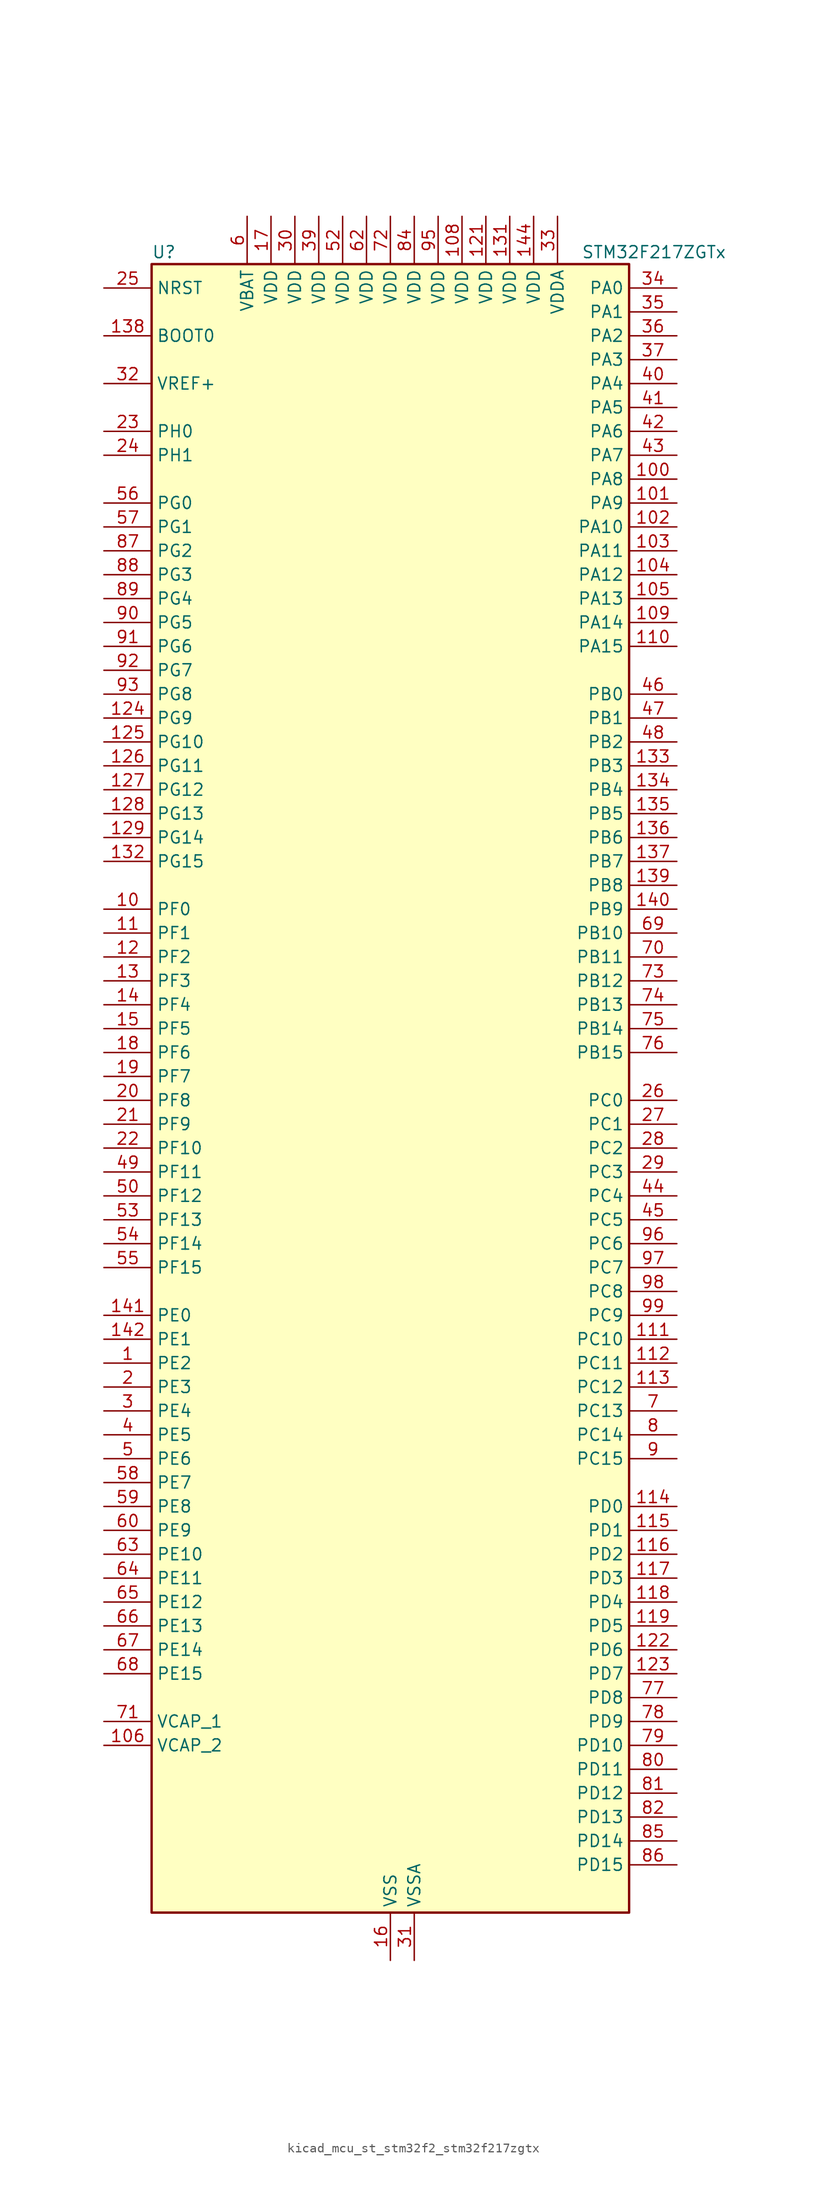
<source format=kicad_sym>
(kicad_symbol_lib
  (version 20220914)
  (generator kicad_symbol_editor)
  (symbol "kicad_mcu_st_stm32f2_stm32f217zgtx"
    (property "Reference" "U"
      (at -25.4 90.17 0)
      (effects (font (size 1.27 1.27)) (justify left)))
    (property "Value" "STM32F217ZGTx"
      (at 20.32 90.17 0)
      (effects (font (size 1.27 1.27)) (justify left)))
    (property "ki_locked" ""
      (at 0 0 0)
      (effects (font (size 1.27 1.27))))
    (symbol "kicad_mcu_st_stm32f2_stm32f217zgtx_0_1"
      (rectangle (start -25.4 -86.36) (end 25.4 88.9) (stroke (width 0.254) (type default)) (fill (type background))))
    (symbol "kicad_mcu_st_stm32f2_stm32f217zgtx_1_1"
      (pin bidirectional line (at -30.48 -27.94 0) (length 5.08) (name "PE2" (effects (font (size 1.27 1.27)))) (number "1" (effects (font (size 1.27 1.27)))) (alternate "ETH_TXD3" bidirectional line) (alternate "FSMC_A23" bidirectional line) (alternate "SYS_TRACECLK" bidirectional line))
      (pin bidirectional line (at -30.48 20.32 0) (length 5.08) (name "PF0" (effects (font (size 1.27 1.27)))) (number "10" (effects (font (size 1.27 1.27)))) (alternate "FSMC_A0" bidirectional line) (alternate "I2C2_SDA" bidirectional line))
      (pin bidirectional line (at 30.48 66.04 180) (length 5.08) (name "PA8" (effects (font (size 1.27 1.27)))) (number "100" (effects (font (size 1.27 1.27)))) (alternate "I2C3_SCL" bidirectional line) (alternate "RCC_MCO_1" bidirectional line) (alternate "TIM1_CH1" bidirectional line) (alternate "USART1_CK" bidirectional line) (alternate "USB_OTG_FS_SOF" bidirectional line))
      (pin bidirectional line (at 30.48 63.5 180) (length 5.08) (name "PA9" (effects (font (size 1.27 1.27)))) (number "101" (effects (font (size 1.27 1.27)))) (alternate "DAC_EXTI9" bidirectional line) (alternate "DCMI_D0" bidirectional line) (alternate "I2C3_SMBA" bidirectional line) (alternate "TIM1_CH2" bidirectional line) (alternate "USART1_TX" bidirectional line) (alternate "USB_OTG_FS_VBUS" bidirectional line))
      (pin bidirectional line (at 30.48 60.96 180) (length 5.08) (name "PA10" (effects (font (size 1.27 1.27)))) (number "102" (effects (font (size 1.27 1.27)))) (alternate "DCMI_D1" bidirectional line) (alternate "TIM1_CH3" bidirectional line) (alternate "USART1_RX" bidirectional line) (alternate "USB_OTG_FS_ID" bidirectional line))
      (pin bidirectional line (at 30.48 58.42 180) (length 5.08) (name "PA11" (effects (font (size 1.27 1.27)))) (number "103" (effects (font (size 1.27 1.27)))) (alternate "ADC1_EXTI11" bidirectional line) (alternate "ADC2_EXTI11" bidirectional line) (alternate "ADC3_EXTI11" bidirectional line) (alternate "CAN1_RX" bidirectional line) (alternate "TIM1_CH4" bidirectional line) (alternate "USART1_CTS" bidirectional line) (alternate "USB_OTG_FS_DM" bidirectional line))
      (pin bidirectional line (at 30.48 55.88 180) (length 5.08) (name "PA12" (effects (font (size 1.27 1.27)))) (number "104" (effects (font (size 1.27 1.27)))) (alternate "CAN1_TX" bidirectional line) (alternate "TIM1_ETR" bidirectional line) (alternate "USART1_RTS" bidirectional line) (alternate "USB_OTG_FS_DP" bidirectional line))
      (pin bidirectional line (at 30.48 53.34 180) (length 5.08) (name "PA13" (effects (font (size 1.27 1.27)))) (number "105" (effects (font (size 1.27 1.27)))) (alternate "SYS_JTMS-SWDIO" bidirectional line))
      (pin power_out line (at -30.48 -68.58 0) (length 5.08) (name "VCAP_2" (effects (font (size 1.27 1.27)))) (number "106" (effects (font (size 1.27 1.27)))))
      (pin passive line (at 0 -91.44 90) (length 5.08) hide (name "VSS" (effects (font (size 1.27 1.27)))) (number "107" (effects (font (size 1.27 1.27)))))
      (pin power_in line (at 7.62 93.98 270) (length 5.08) (name "VDD" (effects (font (size 1.27 1.27)))) (number "108" (effects (font (size 1.27 1.27)))))
      (pin bidirectional line (at 30.48 50.8 180) (length 5.08) (name "PA14" (effects (font (size 1.27 1.27)))) (number "109" (effects (font (size 1.27 1.27)))) (alternate "SYS_JTCK-SWCLK" bidirectional line))
      (pin bidirectional line (at -30.48 17.78 0) (length 5.08) (name "PF1" (effects (font (size 1.27 1.27)))) (number "11" (effects (font (size 1.27 1.27)))) (alternate "FSMC_A1" bidirectional line) (alternate "I2C2_SCL" bidirectional line))
      (pin bidirectional line (at 30.48 48.26 180) (length 5.08) (name "PA15" (effects (font (size 1.27 1.27)))) (number "110" (effects (font (size 1.27 1.27)))) (alternate "ADC1_EXTI15" bidirectional line) (alternate "ADC2_EXTI15" bidirectional line) (alternate "ADC3_EXTI15" bidirectional line) (alternate "I2S3_WS" bidirectional line) (alternate "SPI1_NSS" bidirectional line) (alternate "SPI3_NSS" bidirectional line) (alternate "SYS_JTDI" bidirectional line) (alternate "TIM2_CH1" bidirectional line) (alternate "TIM2_ETR" bidirectional line))
      (pin bidirectional line (at 30.48 -25.4 180) (length 5.08) (name "PC10" (effects (font (size 1.27 1.27)))) (number "111" (effects (font (size 1.27 1.27)))) (alternate "DCMI_D8" bidirectional line) (alternate "I2S3_SCK" bidirectional line) (alternate "SDIO_D2" bidirectional line) (alternate "SPI3_SCK" bidirectional line) (alternate "UART4_TX" bidirectional line) (alternate "USART3_TX" bidirectional line))
      (pin bidirectional line (at 30.48 -27.94 180) (length 5.08) (name "PC11" (effects (font (size 1.27 1.27)))) (number "112" (effects (font (size 1.27 1.27)))) (alternate "ADC1_EXTI11" bidirectional line) (alternate "ADC2_EXTI11" bidirectional line) (alternate "ADC3_EXTI11" bidirectional line) (alternate "DCMI_D4" bidirectional line) (alternate "SDIO_D3" bidirectional line) (alternate "SPI3_MISO" bidirectional line) (alternate "UART4_RX" bidirectional line) (alternate "USART3_RX" bidirectional line))
      (pin bidirectional line (at 30.48 -30.48 180) (length 5.08) (name "PC12" (effects (font (size 1.27 1.27)))) (number "113" (effects (font (size 1.27 1.27)))) (alternate "DCMI_D9" bidirectional line) (alternate "I2S3_SD" bidirectional line) (alternate "SDIO_CK" bidirectional line) (alternate "SPI3_MOSI" bidirectional line) (alternate "UART5_TX" bidirectional line) (alternate "USART3_CK" bidirectional line))
      (pin bidirectional line (at 30.48 -43.18 180) (length 5.08) (name "PD0" (effects (font (size 1.27 1.27)))) (number "114" (effects (font (size 1.27 1.27)))) (alternate "CAN1_RX" bidirectional line) (alternate "FSMC_D2" bidirectional line) (alternate "FSMC_DA2" bidirectional line))
      (pin bidirectional line (at 30.48 -45.72 180) (length 5.08) (name "PD1" (effects (font (size 1.27 1.27)))) (number "115" (effects (font (size 1.27 1.27)))) (alternate "CAN1_TX" bidirectional line) (alternate "FSMC_D3" bidirectional line) (alternate "FSMC_DA3" bidirectional line))
      (pin bidirectional line (at 30.48 -48.26 180) (length 5.08) (name "PD2" (effects (font (size 1.27 1.27)))) (number "116" (effects (font (size 1.27 1.27)))) (alternate "DCMI_D11" bidirectional line) (alternate "SDIO_CMD" bidirectional line) (alternate "TIM3_ETR" bidirectional line) (alternate "UART5_RX" bidirectional line))
      (pin bidirectional line (at 30.48 -50.8 180) (length 5.08) (name "PD3" (effects (font (size 1.27 1.27)))) (number "117" (effects (font (size 1.27 1.27)))) (alternate "FSMC_CLK" bidirectional line) (alternate "USART2_CTS" bidirectional line))
      (pin bidirectional line (at 30.48 -53.34 180) (length 5.08) (name "PD4" (effects (font (size 1.27 1.27)))) (number "118" (effects (font (size 1.27 1.27)))) (alternate "FSMC_NOE" bidirectional line) (alternate "USART2_RTS" bidirectional line))
      (pin bidirectional line (at 30.48 -55.88 180) (length 5.08) (name "PD5" (effects (font (size 1.27 1.27)))) (number "119" (effects (font (size 1.27 1.27)))) (alternate "FSMC_NWE" bidirectional line) (alternate "USART2_TX" bidirectional line))
      (pin bidirectional line (at -30.48 15.24 0) (length 5.08) (name "PF2" (effects (font (size 1.27 1.27)))) (number "12" (effects (font (size 1.27 1.27)))) (alternate "FSMC_A2" bidirectional line) (alternate "I2C2_SMBA" bidirectional line))
      (pin passive line (at 0 -91.44 90) (length 5.08) hide (name "VSS" (effects (font (size 1.27 1.27)))) (number "120" (effects (font (size 1.27 1.27)))))
      (pin power_in line (at 10.16 93.98 270) (length 5.08) (name "VDD" (effects (font (size 1.27 1.27)))) (number "121" (effects (font (size 1.27 1.27)))))
      (pin bidirectional line (at 30.48 -58.42 180) (length 5.08) (name "PD6" (effects (font (size 1.27 1.27)))) (number "122" (effects (font (size 1.27 1.27)))) (alternate "FSMC_NWAIT" bidirectional line) (alternate "USART2_RX" bidirectional line))
      (pin bidirectional line (at 30.48 -60.96 180) (length 5.08) (name "PD7" (effects (font (size 1.27 1.27)))) (number "123" (effects (font (size 1.27 1.27)))) (alternate "FSMC_NCE2" bidirectional line) (alternate "FSMC_NE1" bidirectional line) (alternate "USART2_CK" bidirectional line))
      (pin bidirectional line (at -30.48 40.64 0) (length 5.08) (name "PG9" (effects (font (size 1.27 1.27)))) (number "124" (effects (font (size 1.27 1.27)))) (alternate "DAC_EXTI9" bidirectional line) (alternate "FSMC_NCE3" bidirectional line) (alternate "FSMC_NE2" bidirectional line) (alternate "USART6_RX" bidirectional line))
      (pin bidirectional line (at -30.48 38.1 0) (length 5.08) (name "PG10" (effects (font (size 1.27 1.27)))) (number "125" (effects (font (size 1.27 1.27)))) (alternate "FSMC_NCE4_1" bidirectional line) (alternate "FSMC_NE3" bidirectional line))
      (pin bidirectional line (at -30.48 35.56 0) (length 5.08) (name "PG11" (effects (font (size 1.27 1.27)))) (number "126" (effects (font (size 1.27 1.27)))) (alternate "ADC1_EXTI11" bidirectional line) (alternate "ADC2_EXTI11" bidirectional line) (alternate "ADC3_EXTI11" bidirectional line) (alternate "ETH_TX_EN" bidirectional line) (alternate "FSMC_NCE4_2" bidirectional line))
      (pin bidirectional line (at -30.48 33.02 0) (length 5.08) (name "PG12" (effects (font (size 1.27 1.27)))) (number "127" (effects (font (size 1.27 1.27)))) (alternate "FSMC_NE4" bidirectional line) (alternate "USART6_RTS" bidirectional line))
      (pin bidirectional line (at -30.48 30.48 0) (length 5.08) (name "PG13" (effects (font (size 1.27 1.27)))) (number "128" (effects (font (size 1.27 1.27)))) (alternate "ETH_TXD0" bidirectional line) (alternate "FSMC_A24" bidirectional line) (alternate "USART6_CTS" bidirectional line))
      (pin bidirectional line (at -30.48 27.94 0) (length 5.08) (name "PG14" (effects (font (size 1.27 1.27)))) (number "129" (effects (font (size 1.27 1.27)))) (alternate "ETH_TXD1" bidirectional line) (alternate "FSMC_A25" bidirectional line) (alternate "USART6_TX" bidirectional line))
      (pin bidirectional line (at -30.48 12.7 0) (length 5.08) (name "PF3" (effects (font (size 1.27 1.27)))) (number "13" (effects (font (size 1.27 1.27)))) (alternate "ADC3_IN9" bidirectional line) (alternate "FSMC_A3" bidirectional line))
      (pin passive line (at 0 -91.44 90) (length 5.08) hide (name "VSS" (effects (font (size 1.27 1.27)))) (number "130" (effects (font (size 1.27 1.27)))))
      (pin power_in line (at 12.7 93.98 270) (length 5.08) (name "VDD" (effects (font (size 1.27 1.27)))) (number "131" (effects (font (size 1.27 1.27)))))
      (pin bidirectional line (at -30.48 25.4 0) (length 5.08) (name "PG15" (effects (font (size 1.27 1.27)))) (number "132" (effects (font (size 1.27 1.27)))) (alternate "ADC1_EXTI15" bidirectional line) (alternate "ADC2_EXTI15" bidirectional line) (alternate "ADC3_EXTI15" bidirectional line) (alternate "DCMI_D13" bidirectional line) (alternate "USART6_CTS" bidirectional line))
      (pin bidirectional line (at 30.48 35.56 180) (length 5.08) (name "PB3" (effects (font (size 1.27 1.27)))) (number "133" (effects (font (size 1.27 1.27)))) (alternate "I2S3_SCK" bidirectional line) (alternate "SPI1_SCK" bidirectional line) (alternate "SPI3_SCK" bidirectional line) (alternate "SYS_JTDO-SWO" bidirectional line) (alternate "TIM2_CH2" bidirectional line))
      (pin bidirectional line (at 30.48 33.02 180) (length 5.08) (name "PB4" (effects (font (size 1.27 1.27)))) (number "134" (effects (font (size 1.27 1.27)))) (alternate "SPI1_MISO" bidirectional line) (alternate "SPI3_MISO" bidirectional line) (alternate "SYS_JTRST" bidirectional line) (alternate "TIM3_CH1" bidirectional line))
      (pin bidirectional line (at 30.48 30.48 180) (length 5.08) (name "PB5" (effects (font (size 1.27 1.27)))) (number "135" (effects (font (size 1.27 1.27)))) (alternate "CAN2_RX" bidirectional line) (alternate "DCMI_D10" bidirectional line) (alternate "ETH_PPS_OUT" bidirectional line) (alternate "I2C1_SMBA" bidirectional line) (alternate "I2S3_SD" bidirectional line) (alternate "SPI1_MOSI" bidirectional line) (alternate "SPI3_MOSI" bidirectional line) (alternate "TIM3_CH2" bidirectional line) (alternate "USB_OTG_HS_ULPI_D7" bidirectional line))
      (pin bidirectional line (at 30.48 27.94 180) (length 5.08) (name "PB6" (effects (font (size 1.27 1.27)))) (number "136" (effects (font (size 1.27 1.27)))) (alternate "CAN2_TX" bidirectional line) (alternate "DCMI_D5" bidirectional line) (alternate "I2C1_SCL" bidirectional line) (alternate "TIM4_CH1" bidirectional line) (alternate "USART1_TX" bidirectional line))
      (pin bidirectional line (at 30.48 25.4 180) (length 5.08) (name "PB7" (effects (font (size 1.27 1.27)))) (number "137" (effects (font (size 1.27 1.27)))) (alternate "DCMI_VSYNC" bidirectional line) (alternate "FSMC_NL" bidirectional line) (alternate "I2C1_SDA" bidirectional line) (alternate "TIM4_CH2" bidirectional line) (alternate "USART1_RX" bidirectional line))
      (pin input line (at -30.48 81.28 0) (length 5.08) (name "BOOT0" (effects (font (size 1.27 1.27)))) (number "138" (effects (font (size 1.27 1.27)))))
      (pin bidirectional line (at 30.48 22.86 180) (length 5.08) (name "PB8" (effects (font (size 1.27 1.27)))) (number "139" (effects (font (size 1.27 1.27)))) (alternate "CAN1_RX" bidirectional line) (alternate "DCMI_D6" bidirectional line) (alternate "ETH_TXD3" bidirectional line) (alternate "I2C1_SCL" bidirectional line) (alternate "SDIO_D4" bidirectional line) (alternate "TIM10_CH1" bidirectional line) (alternate "TIM4_CH3" bidirectional line))
      (pin bidirectional line (at -30.48 10.16 0) (length 5.08) (name "PF4" (effects (font (size 1.27 1.27)))) (number "14" (effects (font (size 1.27 1.27)))) (alternate "ADC3_IN14" bidirectional line) (alternate "FSMC_A4" bidirectional line))
      (pin bidirectional line (at 30.48 20.32 180) (length 5.08) (name "PB9" (effects (font (size 1.27 1.27)))) (number "140" (effects (font (size 1.27 1.27)))) (alternate "CAN1_TX" bidirectional line) (alternate "DAC_EXTI9" bidirectional line) (alternate "DCMI_D7" bidirectional line) (alternate "I2C1_SDA" bidirectional line) (alternate "I2S2_WS" bidirectional line) (alternate "SDIO_D5" bidirectional line) (alternate "SPI2_NSS" bidirectional line) (alternate "TIM11_CH1" bidirectional line) (alternate "TIM4_CH4" bidirectional line))
      (pin bidirectional line (at -30.48 -22.86 0) (length 5.08) (name "PE0" (effects (font (size 1.27 1.27)))) (number "141" (effects (font (size 1.27 1.27)))) (alternate "DCMI_D2" bidirectional line) (alternate "FSMC_NBL0" bidirectional line) (alternate "TIM4_ETR" bidirectional line))
      (pin bidirectional line (at -30.48 -25.4 0) (length 5.08) (name "PE1" (effects (font (size 1.27 1.27)))) (number "142" (effects (font (size 1.27 1.27)))) (alternate "DCMI_D3" bidirectional line) (alternate "FSMC_NBL1" bidirectional line))
      (pin no_connect line (at -25.4 -86.36 0) (length 5.08) hide (name "RFU" (effects (font (size 1.27 1.27)))) (number "143" (effects (font (size 1.27 1.27)))))
      (pin power_in line (at 15.24 93.98 270) (length 5.08) (name "VDD" (effects (font (size 1.27 1.27)))) (number "144" (effects (font (size 1.27 1.27)))))
      (pin bidirectional line (at -30.48 7.62 0) (length 5.08) (name "PF5" (effects (font (size 1.27 1.27)))) (number "15" (effects (font (size 1.27 1.27)))) (alternate "ADC3_IN15" bidirectional line) (alternate "FSMC_A5" bidirectional line))
      (pin power_in line (at 0 -91.44 90) (length 5.08) (name "VSS" (effects (font (size 1.27 1.27)))) (number "16" (effects (font (size 1.27 1.27)))))
      (pin power_in line (at -12.7 93.98 270) (length 5.08) (name "VDD" (effects (font (size 1.27 1.27)))) (number "17" (effects (font (size 1.27 1.27)))))
      (pin bidirectional line (at -30.48 5.08 0) (length 5.08) (name "PF6" (effects (font (size 1.27 1.27)))) (number "18" (effects (font (size 1.27 1.27)))) (alternate "ADC3_IN4" bidirectional line) (alternate "FSMC_NIORD" bidirectional line) (alternate "TIM10_CH1" bidirectional line))
      (pin bidirectional line (at -30.48 2.54 0) (length 5.08) (name "PF7" (effects (font (size 1.27 1.27)))) (number "19" (effects (font (size 1.27 1.27)))) (alternate "ADC3_IN5" bidirectional line) (alternate "FSMC_NREG" bidirectional line) (alternate "TIM11_CH1" bidirectional line))
      (pin bidirectional line (at -30.48 -30.48 0) (length 5.08) (name "PE3" (effects (font (size 1.27 1.27)))) (number "2" (effects (font (size 1.27 1.27)))) (alternate "FSMC_A19" bidirectional line) (alternate "SYS_TRACED0" bidirectional line))
      (pin bidirectional line (at -30.48 0 0) (length 5.08) (name "PF8" (effects (font (size 1.27 1.27)))) (number "20" (effects (font (size 1.27 1.27)))) (alternate "ADC3_IN6" bidirectional line) (alternate "FSMC_NIOWR" bidirectional line) (alternate "TIM13_CH1" bidirectional line))
      (pin bidirectional line (at -30.48 -2.54 0) (length 5.08) (name "PF9" (effects (font (size 1.27 1.27)))) (number "21" (effects (font (size 1.27 1.27)))) (alternate "ADC3_IN7" bidirectional line) (alternate "DAC_EXTI9" bidirectional line) (alternate "FSMC_CD" bidirectional line) (alternate "TIM14_CH1" bidirectional line))
      (pin bidirectional line (at -30.48 -5.08 0) (length 5.08) (name "PF10" (effects (font (size 1.27 1.27)))) (number "22" (effects (font (size 1.27 1.27)))) (alternate "ADC3_IN8" bidirectional line) (alternate "FSMC_INTR" bidirectional line))
      (pin bidirectional line (at -30.48 71.12 0) (length 5.08) (name "PH0" (effects (font (size 1.27 1.27)))) (number "23" (effects (font (size 1.27 1.27)))) (alternate "RCC_OSC_IN" bidirectional line))
      (pin bidirectional line (at -30.48 68.58 0) (length 5.08) (name "PH1" (effects (font (size 1.27 1.27)))) (number "24" (effects (font (size 1.27 1.27)))) (alternate "RCC_OSC_OUT" bidirectional line))
      (pin input line (at -30.48 86.36 0) (length 5.08) (name "NRST" (effects (font (size 1.27 1.27)))) (number "25" (effects (font (size 1.27 1.27)))))
      (pin bidirectional line (at 30.48 0 180) (length 5.08) (name "PC0" (effects (font (size 1.27 1.27)))) (number "26" (effects (font (size 1.27 1.27)))) (alternate "ADC1_IN10" bidirectional line) (alternate "ADC2_IN10" bidirectional line) (alternate "ADC3_IN10" bidirectional line) (alternate "USB_OTG_HS_ULPI_STP" bidirectional line))
      (pin bidirectional line (at 30.48 -2.54 180) (length 5.08) (name "PC1" (effects (font (size 1.27 1.27)))) (number "27" (effects (font (size 1.27 1.27)))) (alternate "ADC1_IN11" bidirectional line) (alternate "ADC2_IN11" bidirectional line) (alternate "ADC3_IN11" bidirectional line) (alternate "ETH_MDC" bidirectional line))
      (pin bidirectional line (at 30.48 -5.08 180) (length 5.08) (name "PC2" (effects (font (size 1.27 1.27)))) (number "28" (effects (font (size 1.27 1.27)))) (alternate "ADC1_IN12" bidirectional line) (alternate "ADC2_IN12" bidirectional line) (alternate "ADC3_IN12" bidirectional line) (alternate "ETH_TXD2" bidirectional line) (alternate "SPI2_MISO" bidirectional line) (alternate "USB_OTG_HS_ULPI_DIR" bidirectional line))
      (pin bidirectional line (at 30.48 -7.62 180) (length 5.08) (name "PC3" (effects (font (size 1.27 1.27)))) (number "29" (effects (font (size 1.27 1.27)))) (alternate "ADC1_IN13" bidirectional line) (alternate "ADC2_IN13" bidirectional line) (alternate "ADC3_IN13" bidirectional line) (alternate "ETH_TX_CLK" bidirectional line) (alternate "I2S2_SD" bidirectional line) (alternate "SPI2_MOSI" bidirectional line) (alternate "USB_OTG_HS_ULPI_NXT" bidirectional line))
      (pin bidirectional line (at -30.48 -33.02 0) (length 5.08) (name "PE4" (effects (font (size 1.27 1.27)))) (number "3" (effects (font (size 1.27 1.27)))) (alternate "DCMI_D4" bidirectional line) (alternate "FSMC_A20" bidirectional line) (alternate "SYS_TRACED1" bidirectional line))
      (pin power_in line (at -10.16 93.98 270) (length 5.08) (name "VDD" (effects (font (size 1.27 1.27)))) (number "30" (effects (font (size 1.27 1.27)))))
      (pin power_in line (at 2.54 -91.44 90) (length 5.08) (name "VSSA" (effects (font (size 1.27 1.27)))) (number "31" (effects (font (size 1.27 1.27)))))
      (pin input line (at -30.48 76.2 0) (length 5.08) (name "VREF+" (effects (font (size 1.27 1.27)))) (number "32" (effects (font (size 1.27 1.27)))))
      (pin power_in line (at 17.78 93.98 270) (length 5.08) (name "VDDA" (effects (font (size 1.27 1.27)))) (number "33" (effects (font (size 1.27 1.27)))))
      (pin bidirectional line (at 30.48 86.36 180) (length 5.08) (name "PA0" (effects (font (size 1.27 1.27)))) (number "34" (effects (font (size 1.27 1.27)))) (alternate "ADC1_IN0" bidirectional line) (alternate "ADC2_IN0" bidirectional line) (alternate "ADC3_IN0" bidirectional line) (alternate "ETH_CRS" bidirectional line) (alternate "SYS_WKUP" bidirectional line) (alternate "TIM2_CH1" bidirectional line) (alternate "TIM2_ETR" bidirectional line) (alternate "TIM5_CH1" bidirectional line) (alternate "TIM8_ETR" bidirectional line) (alternate "UART4_TX" bidirectional line) (alternate "USART2_CTS" bidirectional line))
      (pin bidirectional line (at 30.48 83.82 180) (length 5.08) (name "PA1" (effects (font (size 1.27 1.27)))) (number "35" (effects (font (size 1.27 1.27)))) (alternate "ADC1_IN1" bidirectional line) (alternate "ADC2_IN1" bidirectional line) (alternate "ADC3_IN1" bidirectional line) (alternate "ETH_REF_CLK" bidirectional line) (alternate "ETH_RX_CLK" bidirectional line) (alternate "TIM2_CH2" bidirectional line) (alternate "TIM5_CH2" bidirectional line) (alternate "UART4_RX" bidirectional line) (alternate "USART2_RTS" bidirectional line))
      (pin bidirectional line (at 30.48 81.28 180) (length 5.08) (name "PA2" (effects (font (size 1.27 1.27)))) (number "36" (effects (font (size 1.27 1.27)))) (alternate "ADC1_IN2" bidirectional line) (alternate "ADC2_IN2" bidirectional line) (alternate "ADC3_IN2" bidirectional line) (alternate "ETH_MDIO" bidirectional line) (alternate "TIM2_CH3" bidirectional line) (alternate "TIM5_CH3" bidirectional line) (alternate "TIM9_CH1" bidirectional line) (alternate "USART2_TX" bidirectional line))
      (pin bidirectional line (at 30.48 78.74 180) (length 5.08) (name "PA3" (effects (font (size 1.27 1.27)))) (number "37" (effects (font (size 1.27 1.27)))) (alternate "ADC1_IN3" bidirectional line) (alternate "ADC2_IN3" bidirectional line) (alternate "ADC3_IN3" bidirectional line) (alternate "ETH_COL" bidirectional line) (alternate "TIM2_CH4" bidirectional line) (alternate "TIM5_CH4" bidirectional line) (alternate "TIM9_CH2" bidirectional line) (alternate "USART2_RX" bidirectional line) (alternate "USB_OTG_HS_ULPI_D0" bidirectional line))
      (pin passive line (at 0 -91.44 90) (length 5.08) hide (name "VSS" (effects (font (size 1.27 1.27)))) (number "38" (effects (font (size 1.27 1.27)))))
      (pin power_in line (at -7.62 93.98 270) (length 5.08) (name "VDD" (effects (font (size 1.27 1.27)))) (number "39" (effects (font (size 1.27 1.27)))))
      (pin bidirectional line (at -30.48 -35.56 0) (length 5.08) (name "PE5" (effects (font (size 1.27 1.27)))) (number "4" (effects (font (size 1.27 1.27)))) (alternate "DCMI_D6" bidirectional line) (alternate "FSMC_A21" bidirectional line) (alternate "SYS_TRACED2" bidirectional line) (alternate "TIM9_CH1" bidirectional line))
      (pin bidirectional line (at 30.48 76.2 180) (length 5.08) (name "PA4" (effects (font (size 1.27 1.27)))) (number "40" (effects (font (size 1.27 1.27)))) (alternate "ADC1_IN4" bidirectional line) (alternate "ADC2_IN4" bidirectional line) (alternate "DAC_OUT1" bidirectional line) (alternate "DCMI_HSYNC" bidirectional line) (alternate "I2S3_WS" bidirectional line) (alternate "SPI1_NSS" bidirectional line) (alternate "SPI3_NSS" bidirectional line) (alternate "USART2_CK" bidirectional line) (alternate "USB_OTG_HS_SOF" bidirectional line))
      (pin bidirectional line (at 30.48 73.66 180) (length 5.08) (name "PA5" (effects (font (size 1.27 1.27)))) (number "41" (effects (font (size 1.27 1.27)))) (alternate "ADC1_IN5" bidirectional line) (alternate "ADC2_IN5" bidirectional line) (alternate "DAC_OUT2" bidirectional line) (alternate "SPI1_SCK" bidirectional line) (alternate "TIM2_CH1" bidirectional line) (alternate "TIM2_ETR" bidirectional line) (alternate "TIM8_CH1N" bidirectional line) (alternate "USB_OTG_HS_ULPI_CK" bidirectional line))
      (pin bidirectional line (at 30.48 71.12 180) (length 5.08) (name "PA6" (effects (font (size 1.27 1.27)))) (number "42" (effects (font (size 1.27 1.27)))) (alternate "ADC1_IN6" bidirectional line) (alternate "ADC2_IN6" bidirectional line) (alternate "DCMI_PIXCLK" bidirectional line) (alternate "SPI1_MISO" bidirectional line) (alternate "TIM13_CH1" bidirectional line) (alternate "TIM1_BKIN" bidirectional line) (alternate "TIM3_CH1" bidirectional line) (alternate "TIM8_BKIN" bidirectional line))
      (pin bidirectional line (at 30.48 68.58 180) (length 5.08) (name "PA7" (effects (font (size 1.27 1.27)))) (number "43" (effects (font (size 1.27 1.27)))) (alternate "ADC1_IN7" bidirectional line) (alternate "ADC2_IN7" bidirectional line) (alternate "ETH_CRS_DV" bidirectional line) (alternate "ETH_RX_DV" bidirectional line) (alternate "SPI1_MOSI" bidirectional line) (alternate "TIM14_CH1" bidirectional line) (alternate "TIM1_CH1N" bidirectional line) (alternate "TIM3_CH2" bidirectional line) (alternate "TIM8_CH1N" bidirectional line))
      (pin bidirectional line (at 30.48 -10.16 180) (length 5.08) (name "PC4" (effects (font (size 1.27 1.27)))) (number "44" (effects (font (size 1.27 1.27)))) (alternate "ADC1_IN14" bidirectional line) (alternate "ADC2_IN14" bidirectional line) (alternate "ETH_RXD0" bidirectional line))
      (pin bidirectional line (at 30.48 -12.7 180) (length 5.08) (name "PC5" (effects (font (size 1.27 1.27)))) (number "45" (effects (font (size 1.27 1.27)))) (alternate "ADC1_IN15" bidirectional line) (alternate "ADC2_IN15" bidirectional line) (alternate "ETH_RXD1" bidirectional line))
      (pin bidirectional line (at 30.48 43.18 180) (length 5.08) (name "PB0" (effects (font (size 1.27 1.27)))) (number "46" (effects (font (size 1.27 1.27)))) (alternate "ADC1_IN8" bidirectional line) (alternate "ADC2_IN8" bidirectional line) (alternate "ETH_RXD2" bidirectional line) (alternate "TIM1_CH2N" bidirectional line) (alternate "TIM3_CH3" bidirectional line) (alternate "TIM8_CH2N" bidirectional line) (alternate "USB_OTG_HS_ULPI_D1" bidirectional line))
      (pin bidirectional line (at 30.48 40.64 180) (length 5.08) (name "PB1" (effects (font (size 1.27 1.27)))) (number "47" (effects (font (size 1.27 1.27)))) (alternate "ADC1_IN9" bidirectional line) (alternate "ADC2_IN9" bidirectional line) (alternate "ETH_RXD3" bidirectional line) (alternate "TIM1_CH3N" bidirectional line) (alternate "TIM3_CH4" bidirectional line) (alternate "TIM8_CH3N" bidirectional line) (alternate "USB_OTG_HS_ULPI_D2" bidirectional line))
      (pin bidirectional line (at 30.48 38.1 180) (length 5.08) (name "PB2" (effects (font (size 1.27 1.27)))) (number "48" (effects (font (size 1.27 1.27)))))
      (pin bidirectional line (at -30.48 -7.62 0) (length 5.08) (name "PF11" (effects (font (size 1.27 1.27)))) (number "49" (effects (font (size 1.27 1.27)))) (alternate "ADC1_EXTI11" bidirectional line) (alternate "ADC2_EXTI11" bidirectional line) (alternate "ADC3_EXTI11" bidirectional line) (alternate "DCMI_D12" bidirectional line))
      (pin bidirectional line (at -30.48 -38.1 0) (length 5.08) (name "PE6" (effects (font (size 1.27 1.27)))) (number "5" (effects (font (size 1.27 1.27)))) (alternate "DCMI_D7" bidirectional line) (alternate "FSMC_A22" bidirectional line) (alternate "SYS_TRACED3" bidirectional line) (alternate "TIM9_CH2" bidirectional line))
      (pin bidirectional line (at -30.48 -10.16 0) (length 5.08) (name "PF12" (effects (font (size 1.27 1.27)))) (number "50" (effects (font (size 1.27 1.27)))) (alternate "FSMC_A6" bidirectional line))
      (pin passive line (at 0 -91.44 90) (length 5.08) hide (name "VSS" (effects (font (size 1.27 1.27)))) (number "51" (effects (font (size 1.27 1.27)))))
      (pin power_in line (at -5.08 93.98 270) (length 5.08) (name "VDD" (effects (font (size 1.27 1.27)))) (number "52" (effects (font (size 1.27 1.27)))))
      (pin bidirectional line (at -30.48 -12.7 0) (length 5.08) (name "PF13" (effects (font (size 1.27 1.27)))) (number "53" (effects (font (size 1.27 1.27)))) (alternate "FSMC_A7" bidirectional line))
      (pin bidirectional line (at -30.48 -15.24 0) (length 5.08) (name "PF14" (effects (font (size 1.27 1.27)))) (number "54" (effects (font (size 1.27 1.27)))) (alternate "FSMC_A8" bidirectional line))
      (pin bidirectional line (at -30.48 -17.78 0) (length 5.08) (name "PF15" (effects (font (size 1.27 1.27)))) (number "55" (effects (font (size 1.27 1.27)))) (alternate "ADC1_EXTI15" bidirectional line) (alternate "ADC2_EXTI15" bidirectional line) (alternate "ADC3_EXTI15" bidirectional line) (alternate "FSMC_A9" bidirectional line))
      (pin bidirectional line (at -30.48 63.5 0) (length 5.08) (name "PG0" (effects (font (size 1.27 1.27)))) (number "56" (effects (font (size 1.27 1.27)))) (alternate "FSMC_A10" bidirectional line))
      (pin bidirectional line (at -30.48 60.96 0) (length 5.08) (name "PG1" (effects (font (size 1.27 1.27)))) (number "57" (effects (font (size 1.27 1.27)))) (alternate "FSMC_A11" bidirectional line))
      (pin bidirectional line (at -30.48 -40.64 0) (length 5.08) (name "PE7" (effects (font (size 1.27 1.27)))) (number "58" (effects (font (size 1.27 1.27)))) (alternate "FSMC_D4" bidirectional line) (alternate "FSMC_DA4" bidirectional line) (alternate "TIM1_ETR" bidirectional line))
      (pin bidirectional line (at -30.48 -43.18 0) (length 5.08) (name "PE8" (effects (font (size 1.27 1.27)))) (number "59" (effects (font (size 1.27 1.27)))) (alternate "FSMC_D5" bidirectional line) (alternate "FSMC_DA5" bidirectional line) (alternate "TIM1_CH1N" bidirectional line))
      (pin power_in line (at -15.24 93.98 270) (length 5.08) (name "VBAT" (effects (font (size 1.27 1.27)))) (number "6" (effects (font (size 1.27 1.27)))))
      (pin bidirectional line (at -30.48 -45.72 0) (length 5.08) (name "PE9" (effects (font (size 1.27 1.27)))) (number "60" (effects (font (size 1.27 1.27)))) (alternate "DAC_EXTI9" bidirectional line) (alternate "FSMC_D6" bidirectional line) (alternate "FSMC_DA6" bidirectional line) (alternate "TIM1_CH1" bidirectional line))
      (pin passive line (at 0 -91.44 90) (length 5.08) hide (name "VSS" (effects (font (size 1.27 1.27)))) (number "61" (effects (font (size 1.27 1.27)))))
      (pin power_in line (at -2.54 93.98 270) (length 5.08) (name "VDD" (effects (font (size 1.27 1.27)))) (number "62" (effects (font (size 1.27 1.27)))))
      (pin bidirectional line (at -30.48 -48.26 0) (length 5.08) (name "PE10" (effects (font (size 1.27 1.27)))) (number "63" (effects (font (size 1.27 1.27)))) (alternate "FSMC_D7" bidirectional line) (alternate "FSMC_DA7" bidirectional line) (alternate "TIM1_CH2N" bidirectional line))
      (pin bidirectional line (at -30.48 -50.8 0) (length 5.08) (name "PE11" (effects (font (size 1.27 1.27)))) (number "64" (effects (font (size 1.27 1.27)))) (alternate "ADC1_EXTI11" bidirectional line) (alternate "ADC2_EXTI11" bidirectional line) (alternate "ADC3_EXTI11" bidirectional line) (alternate "FSMC_D8" bidirectional line) (alternate "FSMC_DA8" bidirectional line) (alternate "TIM1_CH2" bidirectional line))
      (pin bidirectional line (at -30.48 -53.34 0) (length 5.08) (name "PE12" (effects (font (size 1.27 1.27)))) (number "65" (effects (font (size 1.27 1.27)))) (alternate "FSMC_D9" bidirectional line) (alternate "FSMC_DA9" bidirectional line) (alternate "TIM1_CH3N" bidirectional line))
      (pin bidirectional line (at -30.48 -55.88 0) (length 5.08) (name "PE13" (effects (font (size 1.27 1.27)))) (number "66" (effects (font (size 1.27 1.27)))) (alternate "FSMC_D10" bidirectional line) (alternate "FSMC_DA10" bidirectional line) (alternate "TIM1_CH3" bidirectional line))
      (pin bidirectional line (at -30.48 -58.42 0) (length 5.08) (name "PE14" (effects (font (size 1.27 1.27)))) (number "67" (effects (font (size 1.27 1.27)))) (alternate "FSMC_D11" bidirectional line) (alternate "FSMC_DA11" bidirectional line) (alternate "TIM1_CH4" bidirectional line))
      (pin bidirectional line (at -30.48 -60.96 0) (length 5.08) (name "PE15" (effects (font (size 1.27 1.27)))) (number "68" (effects (font (size 1.27 1.27)))) (alternate "ADC1_EXTI15" bidirectional line) (alternate "ADC2_EXTI15" bidirectional line) (alternate "ADC3_EXTI15" bidirectional line) (alternate "FSMC_D12" bidirectional line) (alternate "FSMC_DA12" bidirectional line) (alternate "TIM1_BKIN" bidirectional line))
      (pin bidirectional line (at 30.48 17.78 180) (length 5.08) (name "PB10" (effects (font (size 1.27 1.27)))) (number "69" (effects (font (size 1.27 1.27)))) (alternate "ETH_RX_ER" bidirectional line) (alternate "I2C2_SCL" bidirectional line) (alternate "I2S2_SCK" bidirectional line) (alternate "SPI2_SCK" bidirectional line) (alternate "TIM2_CH3" bidirectional line) (alternate "USART3_TX" bidirectional line) (alternate "USB_OTG_HS_ULPI_D3" bidirectional line))
      (pin bidirectional line (at 30.48 -33.02 180) (length 5.08) (name "PC13" (effects (font (size 1.27 1.27)))) (number "7" (effects (font (size 1.27 1.27)))) (alternate "RTC_AF1" bidirectional line))
      (pin bidirectional line (at 30.48 15.24 180) (length 5.08) (name "PB11" (effects (font (size 1.27 1.27)))) (number "70" (effects (font (size 1.27 1.27)))) (alternate "ADC1_EXTI11" bidirectional line) (alternate "ADC2_EXTI11" bidirectional line) (alternate "ADC3_EXTI11" bidirectional line) (alternate "ETH_TX_EN" bidirectional line) (alternate "I2C2_SDA" bidirectional line) (alternate "TIM2_CH4" bidirectional line) (alternate "USART3_RX" bidirectional line) (alternate "USB_OTG_HS_ULPI_D4" bidirectional line))
      (pin power_out line (at -30.48 -66.04 0) (length 5.08) (name "VCAP_1" (effects (font (size 1.27 1.27)))) (number "71" (effects (font (size 1.27 1.27)))))
      (pin power_in line (at 0 93.98 270) (length 5.08) (name "VDD" (effects (font (size 1.27 1.27)))) (number "72" (effects (font (size 1.27 1.27)))))
      (pin bidirectional line (at 30.48 12.7 180) (length 5.08) (name "PB12" (effects (font (size 1.27 1.27)))) (number "73" (effects (font (size 1.27 1.27)))) (alternate "CAN2_RX" bidirectional line) (alternate "ETH_TXD0" bidirectional line) (alternate "I2C2_SMBA" bidirectional line) (alternate "I2S2_WS" bidirectional line) (alternate "SPI2_NSS" bidirectional line) (alternate "TIM1_BKIN" bidirectional line) (alternate "USART3_CK" bidirectional line) (alternate "USB_OTG_HS_ID" bidirectional line) (alternate "USB_OTG_HS_ULPI_D5" bidirectional line))
      (pin bidirectional line (at 30.48 10.16 180) (length 5.08) (name "PB13" (effects (font (size 1.27 1.27)))) (number "74" (effects (font (size 1.27 1.27)))) (alternate "CAN2_TX" bidirectional line) (alternate "ETH_TXD1" bidirectional line) (alternate "I2S2_SCK" bidirectional line) (alternate "SPI2_SCK" bidirectional line) (alternate "TIM1_CH1N" bidirectional line) (alternate "USART3_CTS" bidirectional line) (alternate "USB_OTG_HS_ULPI_D6" bidirectional line) (alternate "USB_OTG_HS_VBUS" bidirectional line))
      (pin bidirectional line (at 30.48 7.62 180) (length 5.08) (name "PB14" (effects (font (size 1.27 1.27)))) (number "75" (effects (font (size 1.27 1.27)))) (alternate "SPI2_MISO" bidirectional line) (alternate "TIM12_CH1" bidirectional line) (alternate "TIM1_CH2N" bidirectional line) (alternate "TIM8_CH2N" bidirectional line) (alternate "USART3_RTS" bidirectional line) (alternate "USB_OTG_HS_DM" bidirectional line))
      (pin bidirectional line (at 30.48 5.08 180) (length 5.08) (name "PB15" (effects (font (size 1.27 1.27)))) (number "76" (effects (font (size 1.27 1.27)))) (alternate "ADC1_EXTI15" bidirectional line) (alternate "ADC2_EXTI15" bidirectional line) (alternate "ADC3_EXTI15" bidirectional line) (alternate "I2S2_SD" bidirectional line) (alternate "RTC_REFIN" bidirectional line) (alternate "SPI2_MOSI" bidirectional line) (alternate "TIM12_CH2" bidirectional line) (alternate "TIM1_CH3N" bidirectional line) (alternate "TIM8_CH3N" bidirectional line) (alternate "USB_OTG_HS_DP" bidirectional line))
      (pin bidirectional line (at 30.48 -63.5 180) (length 5.08) (name "PD8" (effects (font (size 1.27 1.27)))) (number "77" (effects (font (size 1.27 1.27)))) (alternate "FSMC_D13" bidirectional line) (alternate "FSMC_DA13" bidirectional line) (alternate "USART3_TX" bidirectional line))
      (pin bidirectional line (at 30.48 -66.04 180) (length 5.08) (name "PD9" (effects (font (size 1.27 1.27)))) (number "78" (effects (font (size 1.27 1.27)))) (alternate "DAC_EXTI9" bidirectional line) (alternate "FSMC_D14" bidirectional line) (alternate "FSMC_DA14" bidirectional line) (alternate "USART3_RX" bidirectional line))
      (pin bidirectional line (at 30.48 -68.58 180) (length 5.08) (name "PD10" (effects (font (size 1.27 1.27)))) (number "79" (effects (font (size 1.27 1.27)))) (alternate "FSMC_D15" bidirectional line) (alternate "FSMC_DA15" bidirectional line) (alternate "USART3_CK" bidirectional line))
      (pin bidirectional line (at 30.48 -35.56 180) (length 5.08) (name "PC14" (effects (font (size 1.27 1.27)))) (number "8" (effects (font (size 1.27 1.27)))) (alternate "RCC_OSC32_IN" bidirectional line))
      (pin bidirectional line (at 30.48 -71.12 180) (length 5.08) (name "PD11" (effects (font (size 1.27 1.27)))) (number "80" (effects (font (size 1.27 1.27)))) (alternate "ADC1_EXTI11" bidirectional line) (alternate "ADC2_EXTI11" bidirectional line) (alternate "ADC3_EXTI11" bidirectional line) (alternate "FSMC_A16" bidirectional line) (alternate "FSMC_CLE" bidirectional line) (alternate "USART3_CTS" bidirectional line))
      (pin bidirectional line (at 30.48 -73.66 180) (length 5.08) (name "PD12" (effects (font (size 1.27 1.27)))) (number "81" (effects (font (size 1.27 1.27)))) (alternate "FSMC_A17" bidirectional line) (alternate "FSMC_ALE" bidirectional line) (alternate "TIM4_CH1" bidirectional line) (alternate "USART3_RTS" bidirectional line))
      (pin bidirectional line (at 30.48 -76.2 180) (length 5.08) (name "PD13" (effects (font (size 1.27 1.27)))) (number "82" (effects (font (size 1.27 1.27)))) (alternate "FSMC_A18" bidirectional line) (alternate "TIM4_CH2" bidirectional line))
      (pin passive line (at 0 -91.44 90) (length 5.08) hide (name "VSS" (effects (font (size 1.27 1.27)))) (number "83" (effects (font (size 1.27 1.27)))))
      (pin power_in line (at 2.54 93.98 270) (length 5.08) (name "VDD" (effects (font (size 1.27 1.27)))) (number "84" (effects (font (size 1.27 1.27)))))
      (pin bidirectional line (at 30.48 -78.74 180) (length 5.08) (name "PD14" (effects (font (size 1.27 1.27)))) (number "85" (effects (font (size 1.27 1.27)))) (alternate "FSMC_D0" bidirectional line) (alternate "FSMC_DA0" bidirectional line) (alternate "TIM4_CH3" bidirectional line))
      (pin bidirectional line (at 30.48 -81.28 180) (length 5.08) (name "PD15" (effects (font (size 1.27 1.27)))) (number "86" (effects (font (size 1.27 1.27)))) (alternate "ADC1_EXTI15" bidirectional line) (alternate "ADC2_EXTI15" bidirectional line) (alternate "ADC3_EXTI15" bidirectional line) (alternate "FSMC_D1" bidirectional line) (alternate "FSMC_DA1" bidirectional line) (alternate "TIM4_CH4" bidirectional line))
      (pin bidirectional line (at -30.48 58.42 0) (length 5.08) (name "PG2" (effects (font (size 1.27 1.27)))) (number "87" (effects (font (size 1.27 1.27)))) (alternate "FSMC_A12" bidirectional line))
      (pin bidirectional line (at -30.48 55.88 0) (length 5.08) (name "PG3" (effects (font (size 1.27 1.27)))) (number "88" (effects (font (size 1.27 1.27)))) (alternate "FSMC_A13" bidirectional line))
      (pin bidirectional line (at -30.48 53.34 0) (length 5.08) (name "PG4" (effects (font (size 1.27 1.27)))) (number "89" (effects (font (size 1.27 1.27)))) (alternate "FSMC_A14" bidirectional line))
      (pin bidirectional line (at 30.48 -38.1 180) (length 5.08) (name "PC15" (effects (font (size 1.27 1.27)))) (number "9" (effects (font (size 1.27 1.27)))) (alternate "ADC1_EXTI15" bidirectional line) (alternate "ADC2_EXTI15" bidirectional line) (alternate "ADC3_EXTI15" bidirectional line) (alternate "RCC_OSC32_OUT" bidirectional line))
      (pin bidirectional line (at -30.48 50.8 0) (length 5.08) (name "PG5" (effects (font (size 1.27 1.27)))) (number "90" (effects (font (size 1.27 1.27)))) (alternate "FSMC_A15" bidirectional line))
      (pin bidirectional line (at -30.48 48.26 0) (length 5.08) (name "PG6" (effects (font (size 1.27 1.27)))) (number "91" (effects (font (size 1.27 1.27)))) (alternate "FSMC_INT2" bidirectional line))
      (pin bidirectional line (at -30.48 45.72 0) (length 5.08) (name "PG7" (effects (font (size 1.27 1.27)))) (number "92" (effects (font (size 1.27 1.27)))) (alternate "FSMC_INT3" bidirectional line) (alternate "USART6_CK" bidirectional line))
      (pin bidirectional line (at -30.48 43.18 0) (length 5.08) (name "PG8" (effects (font (size 1.27 1.27)))) (number "93" (effects (font (size 1.27 1.27)))) (alternate "ETH_PPS_OUT" bidirectional line) (alternate "USART6_RTS" bidirectional line))
      (pin passive line (at 0 -91.44 90) (length 5.08) hide (name "VSS" (effects (font (size 1.27 1.27)))) (number "94" (effects (font (size 1.27 1.27)))))
      (pin power_in line (at 5.08 93.98 270) (length 5.08) (name "VDD" (effects (font (size 1.27 1.27)))) (number "95" (effects (font (size 1.27 1.27)))))
      (pin bidirectional line (at 30.48 -15.24 180) (length 5.08) (name "PC6" (effects (font (size 1.27 1.27)))) (number "96" (effects (font (size 1.27 1.27)))) (alternate "DCMI_D0" bidirectional line) (alternate "I2S2_MCK" bidirectional line) (alternate "SDIO_D6" bidirectional line) (alternate "TIM3_CH1" bidirectional line) (alternate "TIM8_CH1" bidirectional line) (alternate "USART6_TX" bidirectional line))
      (pin bidirectional line (at 30.48 -17.78 180) (length 5.08) (name "PC7" (effects (font (size 1.27 1.27)))) (number "97" (effects (font (size 1.27 1.27)))) (alternate "DCMI_D1" bidirectional line) (alternate "I2S3_MCK" bidirectional line) (alternate "SDIO_D7" bidirectional line) (alternate "TIM3_CH2" bidirectional line) (alternate "TIM8_CH2" bidirectional line) (alternate "USART6_RX" bidirectional line))
      (pin bidirectional line (at 30.48 -20.32 180) (length 5.08) (name "PC8" (effects (font (size 1.27 1.27)))) (number "98" (effects (font (size 1.27 1.27)))) (alternate "DCMI_D2" bidirectional line) (alternate "SDIO_D0" bidirectional line) (alternate "TIM3_CH3" bidirectional line) (alternate "TIM8_CH3" bidirectional line) (alternate "USART6_CK" bidirectional line))
      (pin bidirectional line (at 30.48 -22.86 180) (length 5.08) (name "PC9" (effects (font (size 1.27 1.27)))) (number "99" (effects (font (size 1.27 1.27)))) (alternate "DAC_EXTI9" bidirectional line) (alternate "DCMI_D3" bidirectional line) (alternate "I2C3_SDA" bidirectional line) (alternate "I2S_CKIN" bidirectional line) (alternate "RCC_MCO_2" bidirectional line) (alternate "SDIO_D1" bidirectional line) (alternate "TIM3_CH4" bidirectional line) (alternate "TIM8_CH4" bidirectional line)))))
</source>
